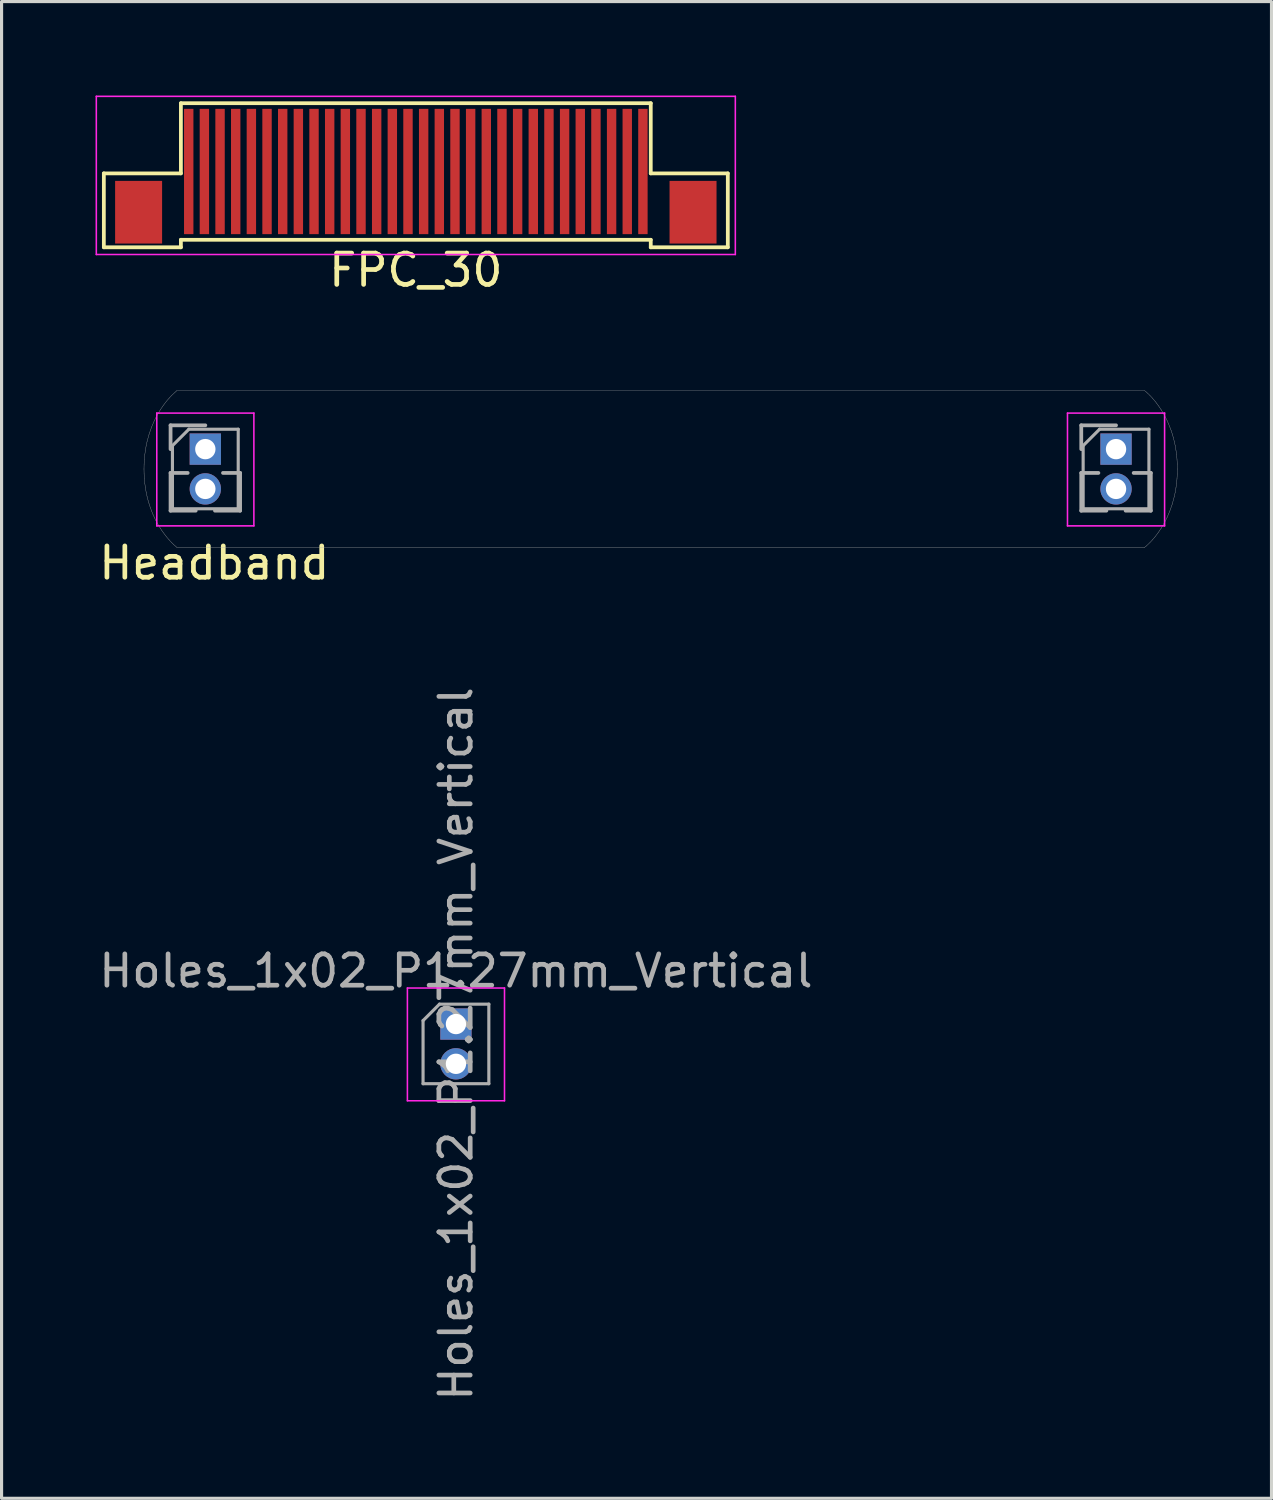
<source format=kicad_pcb>
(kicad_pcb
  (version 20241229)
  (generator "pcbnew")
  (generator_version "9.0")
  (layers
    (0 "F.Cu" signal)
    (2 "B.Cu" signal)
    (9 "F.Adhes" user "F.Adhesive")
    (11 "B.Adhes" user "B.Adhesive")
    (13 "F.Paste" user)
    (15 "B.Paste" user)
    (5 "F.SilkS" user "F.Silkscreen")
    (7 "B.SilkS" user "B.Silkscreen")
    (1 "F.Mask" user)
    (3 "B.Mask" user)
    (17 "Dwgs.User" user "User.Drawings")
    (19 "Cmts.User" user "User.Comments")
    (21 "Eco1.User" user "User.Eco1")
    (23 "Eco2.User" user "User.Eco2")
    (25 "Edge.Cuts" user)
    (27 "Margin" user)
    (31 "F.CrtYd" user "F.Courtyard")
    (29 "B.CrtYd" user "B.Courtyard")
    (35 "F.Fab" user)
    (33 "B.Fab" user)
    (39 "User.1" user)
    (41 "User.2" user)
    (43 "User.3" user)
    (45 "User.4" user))
  (footprint "Holes_1x02_P1.27mm_Vertical"
    (layer "F.Cu")
    (at 11.506 29.642)
    (property "Reference" "Holes_1x02_P1.27mm_Vertical" (at 0 -1.695 0) (layer "F.Fab") (effects (font (size 1 1) (thickness 0.15))))
    (attr through_hole)
    (fp_line (start -1.55 -1.15) (end -1.55 2.45) (stroke (width 0.05) (type solid)) (layer "F.CrtYd"))
    (fp_line (start -1.55 2.45) (end 1.55 2.45) (stroke (width 0.05) (type solid)) (layer "F.CrtYd"))
    (fp_line (start 1.55 -1.15) (end -1.55 -1.15) (stroke (width 0.05) (type solid)) (layer "F.CrtYd"))
    (fp_line (start 1.55 2.45) (end 1.55 -1.15) (stroke (width 0.05) (type solid)) (layer "F.CrtYd"))
    (fp_line (start -1.05 -0.11) (end -0.525 -0.635) (stroke (width 0.1) (type solid)) (layer "F.Fab"))
    (fp_line (start -1.05 1.905) (end -1.05 -0.11) (stroke (width 0.1) (type solid)) (layer "F.Fab"))
    (fp_line (start -0.525 -0.635) (end 1.05 -0.635) (stroke (width 0.1) (type solid)) (layer "F.Fab"))
    (fp_line (start 1.05 -0.635) (end 1.05 1.905) (stroke (width 0.1) (type solid)) (layer "F.Fab"))
    (fp_line (start 1.05 1.905) (end -1.05 1.905) (stroke (width 0.1) (type solid)) (layer "F.Fab"))
    (fp_text user "${REFERENCE}" (at 0 0.635 90) (layer "F.Fab") (effects (font (size 1 1) (thickness 0.15))))
    (pad "1" thru_hole rect (at 0 0) (size 1 1) (drill 0.65) (layers "*.Cu" "*.Mask"))
    (pad "2" thru_hole oval (at 0 1.27) (size 1 1) (drill 0.65) (layers "*.Cu" "*.Mask")))
  (footprint "Headband"
    (layer "F.Cu")
    (at 18.042 11.923)
    (property "Reference" "Headband" (at -14.25 3 0) (layer "F.SilkS") (effects (font (size 1 1) (thickness 0.15))))
    (attr through_hole)
    (fp_line (start -16.087 -1.785) (end -16.087 1.815) (stroke (width 0.05) (type solid)) (layer "F.CrtYd"))
    (fp_line (start -16.087 1.815) (end -12.987 1.815) (stroke (width 0.05) (type solid)) (layer "F.CrtYd"))
    (fp_line (start -12.987 -1.785) (end -16.087 -1.785) (stroke (width 0.05) (type solid)) (layer "F.CrtYd"))
    (fp_line (start -12.987 1.815) (end -12.987 -1.785) (stroke (width 0.05) (type solid)) (layer "F.CrtYd"))
    (fp_line (start 12.987 -1.785) (end 12.987 1.815) (stroke (width 0.05) (type solid)) (layer "F.CrtYd"))
    (fp_line (start 12.987 1.815) (end 16.087 1.815) (stroke (width 0.05) (type solid)) (layer "F.CrtYd"))
    (fp_line (start 16.087 -1.785) (end 12.987 -1.785) (stroke (width 0.05) (type solid)) (layer "F.CrtYd"))
    (fp_line (start 16.087 1.815) (end 16.087 -1.785) (stroke (width 0.05) (type solid)) (layer "F.CrtYd"))
    (fp_line (start -16.495 0) (end -16.495 0) (stroke (width 0.01) (type solid)) (layer "F.Fab"))
    (fp_line (start -16.495 0) (end -16.492 -0.158) (stroke (width 0.01) (type solid)) (layer "F.Fab"))
    (fp_line (start -16.492 -0.158) (end -16.483 -0.311) (stroke (width 0.01) (type solid)) (layer "F.Fab"))
    (fp_line (start -16.492 0.158) (end -16.495 0) (stroke (width 0.01) (type solid)) (layer "F.Fab"))
    (fp_line (start -16.483 -0.311) (end -16.469 -0.458) (stroke (width 0.01) (type solid)) (layer "F.Fab"))
    (fp_line (start -16.483 0.311) (end -16.492 0.158) (stroke (width 0.01) (type solid)) (layer "F.Fab"))
    (fp_line (start -16.469 -0.458) (end -16.45 -0.6) (stroke (width 0.01) (type solid)) (layer "F.Fab"))
    (fp_line (start -16.469 0.458) (end -16.483 0.311) (stroke (width 0.01) (type solid)) (layer "F.Fab"))
    (fp_line (start -16.45 -0.6) (end -16.427 -0.736) (stroke (width 0.01) (type solid)) (layer "F.Fab"))
    (fp_line (start -16.45 0.6) (end -16.469 0.458) (stroke (width 0.01) (type solid)) (layer "F.Fab"))
    (fp_line (start -16.427 -0.736) (end -16.399 -0.867) (stroke (width 0.01) (type solid)) (layer "F.Fab"))
    (fp_line (start -16.427 0.736) (end -16.45 0.6) (stroke (width 0.01) (type solid)) (layer "F.Fab"))
    (fp_line (start -16.399 -0.867) (end -16.332 -1.114) (stroke (width 0.01) (type solid)) (layer "F.Fab"))
    (fp_line (start -16.399 0.867) (end -16.427 0.736) (stroke (width 0.01) (type solid)) (layer "F.Fab"))
    (fp_line (start -16.367 0.993) (end -16.399 0.867) (stroke (width 0.01) (type solid)) (layer "F.Fab"))
    (fp_line (start -16.332 -1.114) (end -16.253 -1.339) (stroke (width 0.01) (type solid)) (layer "F.Fab"))
    (fp_line (start -16.332 1.114) (end -16.367 0.993) (stroke (width 0.01) (type solid)) (layer "F.Fab"))
    (fp_line (start -16.294 1.229) (end -16.332 1.114) (stroke (width 0.01) (type solid)) (layer "F.Fab"))
    (fp_line (start -16.253 -1.339) (end -16.165 -1.544) (stroke (width 0.01) (type solid)) (layer "F.Fab"))
    (fp_line (start -16.253 1.339) (end -16.294 1.229) (stroke (width 0.01) (type solid)) (layer "F.Fab"))
    (fp_line (start -16.21 1.444) (end -16.253 1.339) (stroke (width 0.01) (type solid)) (layer "F.Fab"))
    (fp_line (start -16.165 -1.544) (end -16.071 -1.727) (stroke (width 0.01) (type solid)) (layer "F.Fab"))
    (fp_line (start -16.165 1.544) (end -16.21 1.444) (stroke (width 0.01) (type solid)) (layer "F.Fab"))
    (fp_line (start -16.119 1.638) (end -16.165 1.544) (stroke (width 0.01) (type solid)) (layer "F.Fab"))
    (fp_line (start -16.071 -1.727) (end -15.974 -1.891) (stroke (width 0.01) (type solid)) (layer "F.Fab"))
    (fp_line (start -16.071 1.727) (end -16.119 1.638) (stroke (width 0.01) (type solid)) (layer "F.Fab"))
    (fp_line (start -16.022 1.812) (end -16.071 1.727) (stroke (width 0.01) (type solid)) (layer "F.Fab"))
    (fp_line (start -15.974 -1.891) (end -15.876 -2.034) (stroke (width 0.01) (type solid)) (layer "F.Fab"))
    (fp_line (start -15.974 1.891) (end -16.022 1.812) (stroke (width 0.01) (type solid)) (layer "F.Fab"))
    (fp_line (start -15.925 1.965) (end -15.974 1.891) (stroke (width 0.01) (type solid)) (layer "F.Fab"))
    (fp_line (start -15.876 -2.034) (end -15.782 -2.158) (stroke (width 0.01) (type solid)) (layer "F.Fab"))
    (fp_line (start -15.876 2.034) (end -15.925 1.965) (stroke (width 0.01) (type solid)) (layer "F.Fab"))
    (fp_line (start -15.782 -2.158) (end -15.694 -2.262) (stroke (width 0.01) (type solid)) (layer "F.Fab"))
    (fp_line (start -15.782 2.158) (end -15.876 2.034) (stroke (width 0.01) (type solid)) (layer "F.Fab"))
    (fp_line (start -15.694 -2.262) (end -15.615 -2.346) (stroke (width 0.01) (type solid)) (layer "F.Fab"))
    (fp_line (start -15.694 2.262) (end -15.782 2.158) (stroke (width 0.01) (type solid)) (layer "F.Fab"))
    (fp_line (start -15.647 -1.395) (end -14.537 -1.395) (stroke (width 0.12) (type solid)) (layer "F.Fab"))
    (fp_line (start -15.647 -0.635) (end -15.647 -1.395) (stroke (width 0.12) (type solid)) (layer "F.Fab"))
    (fp_line (start -15.647 0.125) (end -15.647 1.33) (stroke (width 0.12) (type solid)) (layer "F.Fab"))
    (fp_line (start -15.647 0.125) (end -15.1 0.125) (stroke (width 0.12) (type solid)) (layer "F.Fab"))
    (fp_line (start -15.647 1.33) (end -14.844 1.33) (stroke (width 0.12) (type solid)) (layer "F.Fab"))
    (fp_line (start -15.615 -2.346) (end -15.497 -2.458) (stroke (width 0.01) (type solid)) (layer "F.Fab"))
    (fp_line (start -15.615 2.346) (end -15.694 2.262) (stroke (width 0.01) (type solid)) (layer "F.Fab"))
    (fp_line (start -15.587 -0.745) (end -15.062 -1.27) (stroke (width 0.1) (type solid)) (layer "F.Fab"))
    (fp_line (start -15.587 1.27) (end -15.587 -0.745) (stroke (width 0.1) (type solid)) (layer "F.Fab"))
    (fp_line (start -15.548 2.412) (end -15.615 2.346) (stroke (width 0.01) (type solid)) (layer "F.Fab"))
    (fp_line (start -15.497 -2.458) (end -15.452 -2.495) (stroke (width 0.01) (type solid)) (layer "F.Fab"))
    (fp_line (start -15.497 2.458) (end -15.548 2.412) (stroke (width 0.01) (type solid)) (layer "F.Fab"))
    (fp_line (start -15.452 -2.495) (end -15.452 -2.495) (stroke (width 0.01) (type solid)) (layer "F.Fab"))
    (fp_line (start -15.452 -2.495) (end -15.452 -2.495) (stroke (width 0.01) (type solid)) (layer "F.Fab"))
    (fp_line (start -15.452 -2.495) (end 15.457 -2.495) (stroke (width 0.01) (type solid)) (layer "F.Fab"))
    (fp_line (start -15.452 2.495) (end -15.497 2.458) (stroke (width 0.01) (type solid)) (layer "F.Fab"))
    (fp_line (start -15.452 2.495) (end -15.452 2.495) (stroke (width 0.01) (type solid)) (layer "F.Fab"))
    (fp_line (start -15.062 -1.27) (end -13.487 -1.27) (stroke (width 0.1) (type solid)) (layer "F.Fab"))
    (fp_line (start -14.229 1.33) (end -13.427 1.33) (stroke (width 0.12) (type solid)) (layer "F.Fab"))
    (fp_line (start -13.973 0.125) (end -13.427 0.125) (stroke (width 0.12) (type solid)) (layer "F.Fab"))
    (fp_line (start -13.487 -1.27) (end -13.487 1.27) (stroke (width 0.1) (type solid)) (layer "F.Fab"))
    (fp_line (start -13.487 1.27) (end -15.587 1.27) (stroke (width 0.1) (type solid)) (layer "F.Fab"))
    (fp_line (start -13.427 0.125) (end -13.427 1.33) (stroke (width 0.12) (type solid)) (layer "F.Fab"))
    (fp_line (start 13.427 -1.395) (end 14.537 -1.395) (stroke (width 0.12) (type solid)) (layer "F.Fab"))
    (fp_line (start 13.427 -0.635) (end 13.427 -1.395) (stroke (width 0.12) (type solid)) (layer "F.Fab"))
    (fp_line (start 13.427 0.125) (end 13.427 1.33) (stroke (width 0.12) (type solid)) (layer "F.Fab"))
    (fp_line (start 13.427 0.125) (end 13.973 0.125) (stroke (width 0.12) (type solid)) (layer "F.Fab"))
    (fp_line (start 13.427 1.33) (end 14.229 1.33) (stroke (width 0.12) (type solid)) (layer "F.Fab"))
    (fp_line (start 13.487 -0.745) (end 14.012 -1.27) (stroke (width 0.1) (type solid)) (layer "F.Fab"))
    (fp_line (start 13.487 1.27) (end 13.487 -0.745) (stroke (width 0.1) (type solid)) (layer "F.Fab"))
    (fp_line (start 14.012 -1.27) (end 15.587 -1.27) (stroke (width 0.1) (type solid)) (layer "F.Fab"))
    (fp_line (start 14.844 1.33) (end 15.647 1.33) (stroke (width 0.12) (type solid)) (layer "F.Fab"))
    (fp_line (start 15.1 0.125) (end 15.647 0.125) (stroke (width 0.12) (type solid)) (layer "F.Fab"))
    (fp_line (start 15.457 -2.495) (end 15.457 -2.495) (stroke (width 0.01) (type solid)) (layer "F.Fab"))
    (fp_line (start 15.457 -2.495) (end 15.502 -2.458) (stroke (width 0.01) (type solid)) (layer "F.Fab"))
    (fp_line (start 15.457 2.495) (end -15.452 2.495) (stroke (width 0.01) (type solid)) (layer "F.Fab"))
    (fp_line (start 15.457 2.495) (end 15.457 2.495) (stroke (width 0.01) (type solid)) (layer "F.Fab"))
    (fp_line (start 15.502 -2.458) (end 15.553 -2.412) (stroke (width 0.01) (type solid)) (layer "F.Fab"))
    (fp_line (start 15.502 2.458) (end 15.457 2.495) (stroke (width 0.01) (type solid)) (layer "F.Fab"))
    (fp_line (start 15.553 -2.412) (end 15.62 -2.347) (stroke (width 0.01) (type solid)) (layer "F.Fab"))
    (fp_line (start 15.587 -1.27) (end 15.587 1.27) (stroke (width 0.1) (type solid)) (layer "F.Fab"))
    (fp_line (start 15.587 1.27) (end 13.487 1.27) (stroke (width 0.1) (type solid)) (layer "F.Fab"))
    (fp_line (start 15.62 -2.347) (end 15.698 -2.263) (stroke (width 0.01) (type solid)) (layer "F.Fab"))
    (fp_line (start 15.62 2.347) (end 15.502 2.458) (stroke (width 0.01) (type solid)) (layer "F.Fab"))
    (fp_line (start 15.647 0.125) (end 15.647 1.33) (stroke (width 0.12) (type solid)) (layer "F.Fab"))
    (fp_line (start 15.698 -2.263) (end 15.786 -2.159) (stroke (width 0.01) (type solid)) (layer "F.Fab"))
    (fp_line (start 15.698 2.263) (end 15.62 2.347) (stroke (width 0.01) (type solid)) (layer "F.Fab"))
    (fp_line (start 15.786 -2.159) (end 15.832 -2.1) (stroke (width 0.01) (type solid)) (layer "F.Fab"))
    (fp_line (start 15.786 2.159) (end 15.698 2.263) (stroke (width 0.01) (type solid)) (layer "F.Fab"))
    (fp_line (start 15.832 -2.1) (end 15.879 -2.036) (stroke (width 0.01) (type solid)) (layer "F.Fab"))
    (fp_line (start 15.879 -2.036) (end 15.928 -1.967) (stroke (width 0.01) (type solid)) (layer "F.Fab"))
    (fp_line (start 15.879 2.036) (end 15.786 2.159) (stroke (width 0.01) (type solid)) (layer "F.Fab"))
    (fp_line (start 15.928 -1.967) (end 15.976 -1.893) (stroke (width 0.01) (type solid)) (layer "F.Fab"))
    (fp_line (start 15.976 -1.893) (end 16.025 -1.814) (stroke (width 0.01) (type solid)) (layer "F.Fab"))
    (fp_line (start 15.976 1.893) (end 15.879 2.036) (stroke (width 0.01) (type solid)) (layer "F.Fab"))
    (fp_line (start 16.025 -1.814) (end 16.073 -1.729) (stroke (width 0.01) (type solid)) (layer "F.Fab"))
    (fp_line (start 16.073 -1.729) (end 16.12 -1.64) (stroke (width 0.01) (type solid)) (layer "F.Fab"))
    (fp_line (start 16.073 1.729) (end 15.976 1.893) (stroke (width 0.01) (type solid)) (layer "F.Fab"))
    (fp_line (start 16.12 -1.64) (end 16.167 -1.546) (stroke (width 0.01) (type solid)) (layer "F.Fab"))
    (fp_line (start 16.167 -1.546) (end 16.211 -1.446) (stroke (width 0.01) (type solid)) (layer "F.Fab"))
    (fp_line (start 16.167 1.546) (end 16.073 1.729) (stroke (width 0.01) (type solid)) (layer "F.Fab"))
    (fp_line (start 16.211 -1.446) (end 16.254 -1.341) (stroke (width 0.01) (type solid)) (layer "F.Fab"))
    (fp_line (start 16.254 -1.341) (end 16.295 -1.231) (stroke (width 0.01) (type solid)) (layer "F.Fab"))
    (fp_line (start 16.254 1.341) (end 16.167 1.546) (stroke (width 0.01) (type solid)) (layer "F.Fab"))
    (fp_line (start 16.295 -1.231) (end 16.333 -1.116) (stroke (width 0.01) (type solid)) (layer "F.Fab"))
    (fp_line (start 16.333 -1.116) (end 16.368 -0.995) (stroke (width 0.01) (type solid)) (layer "F.Fab"))
    (fp_line (start 16.333 1.116) (end 16.254 1.341) (stroke (width 0.01) (type solid)) (layer "F.Fab"))
    (fp_line (start 16.368 -0.995) (end 16.399 -0.869) (stroke (width 0.01) (type solid)) (layer "F.Fab"))
    (fp_line (start 16.399 -0.869) (end 16.427 -0.738) (stroke (width 0.01) (type solid)) (layer "F.Fab"))
    (fp_line (start 16.399 0.869) (end 16.333 1.116) (stroke (width 0.01) (type solid)) (layer "F.Fab"))
    (fp_line (start 16.427 -0.738) (end 16.45 -0.601) (stroke (width 0.01) (type solid)) (layer "F.Fab"))
    (fp_line (start 16.427 0.738) (end 16.399 0.869) (stroke (width 0.01) (type solid)) (layer "F.Fab"))
    (fp_line (start 16.45 -0.601) (end 16.469 -0.459) (stroke (width 0.01) (type solid)) (layer "F.Fab"))
    (fp_line (start 16.45 0.601) (end 16.427 0.738) (stroke (width 0.01) (type solid)) (layer "F.Fab"))
    (fp_line (start 16.469 -0.459) (end 16.483 -0.312) (stroke (width 0.01) (type solid)) (layer "F.Fab"))
    (fp_line (start 16.469 0.459) (end 16.45 0.601) (stroke (width 0.01) (type solid)) (layer "F.Fab"))
    (fp_line (start 16.483 -0.312) (end 16.492 -0.159) (stroke (width 0.01) (type solid)) (layer "F.Fab"))
    (fp_line (start 16.483 0.312) (end 16.469 0.459) (stroke (width 0.01) (type solid)) (layer "F.Fab"))
    (fp_line (start 16.492 -0.159) (end 16.495 0) (stroke (width 0.01) (type solid)) (layer "F.Fab"))
    (fp_line (start 16.492 0.159) (end 16.483 0.312) (stroke (width 0.01) (type solid)) (layer "F.Fab"))
    (fp_line (start 16.495 0) (end 16.492 0.159) (stroke (width 0.01) (type solid)) (layer "F.Fab"))
    (fp_line (start 16.495 0) (end 16.495 0) (stroke (width 0.01) (type solid)) (layer "F.Fab"))
    (pad "1" thru_hole rect (at -14.537 -0.635) (size 1 1) (drill 0.65) (layers "*.Cu" "*.Mask"))
    (pad "1" thru_hole rect (at 14.537 -0.635) (size 1 1) (drill 0.65) (layers "*.Cu" "*.Mask"))
    (pad "2" thru_hole oval (at -14.537 0.635) (size 1 1) (drill 0.65) (layers "*.Cu" "*.Mask"))
    (pad "2" thru_hole oval (at 14.537 0.635) (size 1 1) (drill 0.65) (layers "*.Cu" "*.Mask")))
  (footprint "FPC_30"
    (layer "F.Cu")
    (at 10.225 2.425)
    (property "Reference" "FPC_30" (at 0 3.15 0) (layer "F.SilkS") (effects (font (size 1 1) (thickness 0.15))))
    (attr smd)
    (fp_line (start -9.96 0.06) (end -7.5 0.06) (stroke (width 0.12) (type solid)) (layer "F.SilkS"))
    (fp_line (start -9.96 2.42) (end -9.96 0.06) (stroke (width 0.12) (type solid)) (layer "F.SilkS"))
    (fp_line (start -7.5 -2.18) (end 7.5 -2.18) (stroke (width 0.12) (type solid)) (layer "F.SilkS"))
    (fp_line (start -7.5 0.06) (end -7.5 -2.18) (stroke (width 0.12) (type solid)) (layer "F.SilkS"))
    (fp_line (start -7.5 2.18) (end -7.5 2.42) (stroke (width 0.12) (type solid)) (layer "F.SilkS"))
    (fp_line (start -7.5 2.18) (end 7.5 2.18) (stroke (width 0.12) (type solid)) (layer "F.SilkS"))
    (fp_line (start -7.5 2.42) (end -9.96 2.42) (stroke (width 0.12) (type solid)) (layer "F.SilkS"))
    (fp_line (start 7.5 0.06) (end 7.5 -2.18) (stroke (width 0.12) (type solid)) (layer "F.SilkS"))
    (fp_line (start 7.5 2.18) (end 7.5 2.42) (stroke (width 0.12) (type solid)) (layer "F.SilkS"))
    (fp_line (start 7.5 2.42) (end 9.96 2.42) (stroke (width 0.12) (type solid)) (layer "F.SilkS"))
    (fp_line (start 9.96 0.06) (end 7.5 0.06) (stroke (width 0.12) (type solid)) (layer "F.SilkS"))
    (fp_line (start 9.96 2.42) (end 9.96 0.06) (stroke (width 0.12) (type solid)) (layer "F.SilkS"))
    (fp_line (start -10.2 -2.4) (end -10.2 2.65) (stroke (width 0.05) (type solid)) (layer "F.CrtYd"))
    (fp_line (start -10.2 -2.4) (end 10.2 -2.4) (stroke (width 0.05) (type solid)) (layer "F.CrtYd"))
    (fp_line (start -10.2 2.65) (end 10.2 2.65) (stroke (width 0.05) (type solid)) (layer "F.CrtYd"))
    (fp_line (start 10.2 -2.4) (end 10.2 2.65) (stroke (width 0.05) (type solid)) (layer "F.CrtYd"))
    (pad "0" smd rect (at -8.85 1.3) (size 1.5 2) (layers "F.Cu" "F.Mask" "F.Paste"))
    (pad "0" smd rect (at 8.85 1.3) (size 1.5 2) (layers "F.Cu" "F.Mask" "F.Paste"))
    (pad "1" smd rect (at -7.25 0) (size 0.3 4) (layers "F.Cu" "F.Mask" "F.Paste"))
    (pad "2" smd rect (at -6.75 0) (size 0.3 4) (layers "F.Cu" "F.Mask" "F.Paste"))
    (pad "3" smd rect (at -6.25 0) (size 0.3 4) (layers "F.Cu" "F.Mask" "F.Paste"))
    (pad "4" smd rect (at -5.75 0) (size 0.3 4) (layers "F.Cu" "F.Mask" "F.Paste"))
    (pad "5" smd rect (at -5.25 0) (size 0.3 4) (layers "F.Cu" "F.Mask" "F.Paste"))
    (pad "6" smd rect (at -4.75 0) (size 0.3 4) (layers "F.Cu" "F.Mask" "F.Paste"))
    (pad "7" smd rect (at -4.25 0) (size 0.3 4) (layers "F.Cu" "F.Mask" "F.Paste"))
    (pad "8" smd rect (at -3.75 0) (size 0.3 4) (layers "F.Cu" "F.Mask" "F.Paste"))
    (pad "9" smd rect (at -3.25 0) (size 0.3 4) (layers "F.Cu" "F.Mask" "F.Paste"))
    (pad "10" smd rect (at -2.75 0) (size 0.3 4) (layers "F.Cu" "F.Mask" "F.Paste"))
    (pad "11" smd rect (at -2.25 0) (size 0.3 4) (layers "F.Cu" "F.Mask" "F.Paste"))
    (pad "12" smd rect (at -1.75 0) (size 0.3 4) (layers "F.Cu" "F.Mask" "F.Paste"))
    (pad "13" smd rect (at -1.25 0) (size 0.3 4) (layers "F.Cu" "F.Mask" "F.Paste"))
    (pad "14" smd rect (at -0.75 0) (size 0.3 4) (layers "F.Cu" "F.Mask" "F.Paste"))
    (pad "15" smd rect (at -0.25 0) (size 0.3 4) (layers "F.Cu" "F.Mask" "F.Paste"))
    (pad "16" smd rect (at 0.25 0) (size 0.3 4) (layers "F.Cu" "F.Mask" "F.Paste"))
    (pad "17" smd rect (at 0.75 0) (size 0.3 4) (layers "F.Cu" "F.Mask" "F.Paste"))
    (pad "18" smd rect (at 1.25 0) (size 0.3 4) (layers "F.Cu" "F.Mask" "F.Paste"))
    (pad "19" smd rect (at 1.75 0) (size 0.3 4) (layers "F.Cu" "F.Mask" "F.Paste"))
    (pad "20" smd rect (at 2.25 0) (size 0.3 4) (layers "F.Cu" "F.Mask" "F.Paste"))
    (pad "21" smd rect (at 2.75 0) (size 0.3 4) (layers "F.Cu" "F.Mask" "F.Paste"))
    (pad "22" smd rect (at 3.25 0) (size 0.3 4) (layers "F.Cu" "F.Mask" "F.Paste"))
    (pad "23" smd rect (at 3.75 0) (size 0.3 4) (layers "F.Cu" "F.Mask" "F.Paste"))
    (pad "24" smd rect (at 4.25 0) (size 0.3 4) (layers "F.Cu" "F.Mask" "F.Paste"))
    (pad "25" smd rect (at 4.75 0) (size 0.3 4) (layers "F.Cu" "F.Mask" "F.Paste"))
    (pad "26" smd rect (at 5.25 0) (size 0.3 4) (layers "F.Cu" "F.Mask" "F.Paste"))
    (pad "27" smd rect (at 5.75 0) (size 0.3 4) (layers "F.Cu" "F.Mask" "F.Paste"))
    (pad "28" smd rect (at 6.25 0) (size 0.3 4) (layers "F.Cu" "F.Mask" "F.Paste"))
    (pad "29" smd rect (at 6.75 0) (size 0.3 4) (layers "F.Cu" "F.Mask" "F.Paste"))
    (pad "30" smd rect (at 7.25 0) (size 0.3 4) (layers "F.Cu" "F.Mask" "F.Paste")))
  (gr_rect
    (start -3 -3)
    (end 37.542 44.783)
    (stroke (width 0.1) (type default))
    (fill no)
    (layer "Edge.Cuts")))
</source>
